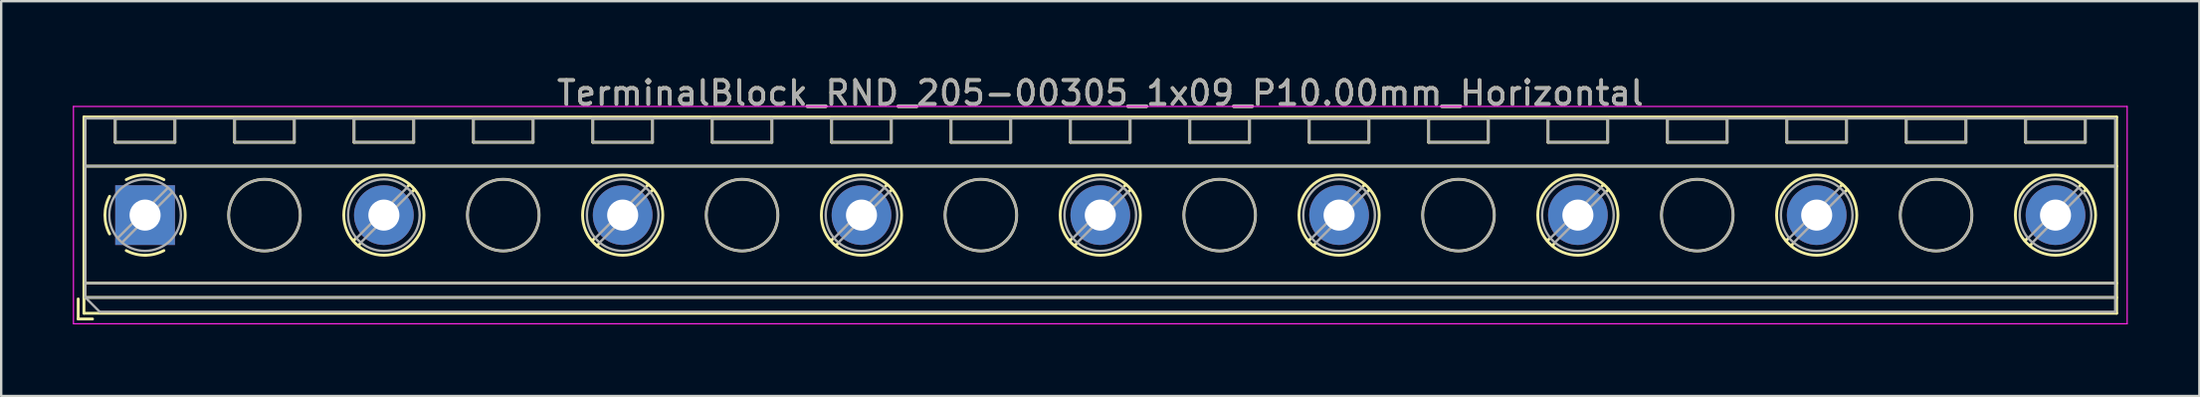
<source format=kicad_pcb>
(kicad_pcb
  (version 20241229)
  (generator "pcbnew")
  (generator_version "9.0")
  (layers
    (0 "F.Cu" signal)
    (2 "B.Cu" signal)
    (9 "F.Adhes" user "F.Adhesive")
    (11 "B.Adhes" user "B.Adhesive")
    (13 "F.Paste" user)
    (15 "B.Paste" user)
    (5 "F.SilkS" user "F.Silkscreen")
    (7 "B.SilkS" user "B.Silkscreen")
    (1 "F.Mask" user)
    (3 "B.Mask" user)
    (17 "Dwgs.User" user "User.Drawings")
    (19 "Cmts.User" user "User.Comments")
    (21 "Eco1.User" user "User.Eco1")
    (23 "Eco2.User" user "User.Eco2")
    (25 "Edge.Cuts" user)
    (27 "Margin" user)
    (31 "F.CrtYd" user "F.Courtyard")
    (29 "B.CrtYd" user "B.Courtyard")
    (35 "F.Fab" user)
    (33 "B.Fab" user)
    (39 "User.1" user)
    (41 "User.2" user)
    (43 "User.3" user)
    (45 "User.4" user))
  (footprint "TerminalBlock_RND_205-00305_1x09_P10.00mm_Horizontal"
    (layer "F.Cu")
    (at 3.025 5.958)
    (property "Reference" "TerminalBlock_RND_205-00305_1x09_P10.00mm_Horizontal" (at 40 -5.11 0) (layer "F.SilkS") (effects (font (size 1 1) (thickness 0.15))))
    (attr through_hole)
    (fp_line (start -2.8 3.51) (end -2.8 4.35) (stroke (width 0.12) (type solid)) (layer "F.SilkS"))
    (fp_line (start -2.8 4.35) (end -2.2 4.35) (stroke (width 0.12) (type solid)) (layer "F.SilkS"))
    (fp_line (start -2.56 -4.11) (end -2.56 4.11) (stroke (width 0.12) (type solid)) (layer "F.SilkS"))
    (fp_line (start -2.56 -4.11) (end 82.56 -4.11) (stroke (width 0.12) (type solid)) (layer "F.SilkS"))
    (fp_line (start -2.56 -2.05) (end 82.56 -2.05) (stroke (width 0.12) (type solid)) (layer "F.SilkS"))
    (fp_line (start -2.56 2.85) (end 82.56 2.85) (stroke (width 0.12) (type solid)) (layer "F.SilkS"))
    (fp_line (start -2.56 3.45) (end 82.56 3.45) (stroke (width 0.12) (type solid)) (layer "F.SilkS"))
    (fp_line (start -2.56 4.11) (end 82.56 4.11) (stroke (width 0.12) (type solid)) (layer "F.SilkS"))
    (fp_line (start -1.25 -4.05) (end -1.25 -3.05) (stroke (width 0.12) (type solid)) (layer "F.SilkS"))
    (fp_line (start -1.25 -4.05) (end 1.25 -4.05) (stroke (width 0.12) (type solid)) (layer "F.SilkS"))
    (fp_line (start -1.25 -3.05) (end 1.25 -3.05) (stroke (width 0.12) (type solid)) (layer "F.SilkS"))
    (fp_line (start 1.25 -4.05) (end 1.25 -3.05) (stroke (width 0.12) (type solid)) (layer "F.SilkS"))
    (fp_line (start 3.75 -4.05) (end 3.75 -3.05) (stroke (width 0.12) (type solid)) (layer "F.SilkS"))
    (fp_line (start 3.75 -4.05) (end 6.25 -4.05) (stroke (width 0.12) (type solid)) (layer "F.SilkS"))
    (fp_line (start 3.75 -3.05) (end 6.25 -3.05) (stroke (width 0.12) (type solid)) (layer "F.SilkS"))
    (fp_line (start 6.25 -4.05) (end 6.25 -3.05) (stroke (width 0.12) (type solid)) (layer "F.SilkS"))
    (fp_line (start 8.75 -4.05) (end 8.75 -3.05) (stroke (width 0.12) (type solid)) (layer "F.SilkS"))
    (fp_line (start 8.75 -4.05) (end 11.25 -4.05) (stroke (width 0.12) (type solid)) (layer "F.SilkS"))
    (fp_line (start 8.75 -3.05) (end 11.25 -3.05) (stroke (width 0.12) (type solid)) (layer "F.SilkS"))
    (fp_line (start 8.82 0.976) (end 8.726 1.069) (stroke (width 0.12) (type solid)) (layer "F.SilkS"))
    (fp_line (start 8.99 1.216) (end 8.931 1.274) (stroke (width 0.12) (type solid)) (layer "F.SilkS"))
    (fp_line (start 11.07 -1.275) (end 11.011 -1.216) (stroke (width 0.12) (type solid)) (layer "F.SilkS"))
    (fp_line (start 11.25 -4.05) (end 11.25 -3.05) (stroke (width 0.12) (type solid)) (layer "F.SilkS"))
    (fp_line (start 11.275 -1.069) (end 11.181 -0.976) (stroke (width 0.12) (type solid)) (layer "F.SilkS"))
    (fp_line (start 13.75 -4.05) (end 13.75 -3.05) (stroke (width 0.12) (type solid)) (layer "F.SilkS"))
    (fp_line (start 13.75 -4.05) (end 16.25 -4.05) (stroke (width 0.12) (type solid)) (layer "F.SilkS"))
    (fp_line (start 13.75 -3.05) (end 16.25 -3.05) (stroke (width 0.12) (type solid)) (layer "F.SilkS"))
    (fp_line (start 16.25 -4.05) (end 16.25 -3.05) (stroke (width 0.12) (type solid)) (layer "F.SilkS"))
    (fp_line (start 18.75 -4.05) (end 18.75 -3.05) (stroke (width 0.12) (type solid)) (layer "F.SilkS"))
    (fp_line (start 18.75 -4.05) (end 21.25 -4.05) (stroke (width 0.12) (type solid)) (layer "F.SilkS"))
    (fp_line (start 18.75 -3.05) (end 21.25 -3.05) (stroke (width 0.12) (type solid)) (layer "F.SilkS"))
    (fp_line (start 18.82 0.976) (end 18.726 1.069) (stroke (width 0.12) (type solid)) (layer "F.SilkS"))
    (fp_line (start 18.99 1.216) (end 18.931 1.274) (stroke (width 0.12) (type solid)) (layer "F.SilkS"))
    (fp_line (start 21.07 -1.275) (end 21.011 -1.216) (stroke (width 0.12) (type solid)) (layer "F.SilkS"))
    (fp_line (start 21.25 -4.05) (end 21.25 -3.05) (stroke (width 0.12) (type solid)) (layer "F.SilkS"))
    (fp_line (start 21.275 -1.069) (end 21.181 -0.976) (stroke (width 0.12) (type solid)) (layer "F.SilkS"))
    (fp_line (start 23.75 -4.05) (end 23.75 -3.05) (stroke (width 0.12) (type solid)) (layer "F.SilkS"))
    (fp_line (start 23.75 -4.05) (end 26.25 -4.05) (stroke (width 0.12) (type solid)) (layer "F.SilkS"))
    (fp_line (start 23.75 -3.05) (end 26.25 -3.05) (stroke (width 0.12) (type solid)) (layer "F.SilkS"))
    (fp_line (start 26.25 -4.05) (end 26.25 -3.05) (stroke (width 0.12) (type solid)) (layer "F.SilkS"))
    (fp_line (start 28.75 -4.05) (end 28.75 -3.05) (stroke (width 0.12) (type solid)) (layer "F.SilkS"))
    (fp_line (start 28.75 -4.05) (end 31.25 -4.05) (stroke (width 0.12) (type solid)) (layer "F.SilkS"))
    (fp_line (start 28.75 -3.05) (end 31.25 -3.05) (stroke (width 0.12) (type solid)) (layer "F.SilkS"))
    (fp_line (start 28.82 0.976) (end 28.726 1.069) (stroke (width 0.12) (type solid)) (layer "F.SilkS"))
    (fp_line (start 28.99 1.216) (end 28.931 1.274) (stroke (width 0.12) (type solid)) (layer "F.SilkS"))
    (fp_line (start 31.07 -1.275) (end 31.011 -1.216) (stroke (width 0.12) (type solid)) (layer "F.SilkS"))
    (fp_line (start 31.25 -4.05) (end 31.25 -3.05) (stroke (width 0.12) (type solid)) (layer "F.SilkS"))
    (fp_line (start 31.275 -1.069) (end 31.181 -0.976) (stroke (width 0.12) (type solid)) (layer "F.SilkS"))
    (fp_line (start 33.75 -4.05) (end 33.75 -3.05) (stroke (width 0.12) (type solid)) (layer "F.SilkS"))
    (fp_line (start 33.75 -4.05) (end 36.25 -4.05) (stroke (width 0.12) (type solid)) (layer "F.SilkS"))
    (fp_line (start 33.75 -3.05) (end 36.25 -3.05) (stroke (width 0.12) (type solid)) (layer "F.SilkS"))
    (fp_line (start 36.25 -4.05) (end 36.25 -3.05) (stroke (width 0.12) (type solid)) (layer "F.SilkS"))
    (fp_line (start 38.75 -4.05) (end 38.75 -3.05) (stroke (width 0.12) (type solid)) (layer "F.SilkS"))
    (fp_line (start 38.75 -4.05) (end 41.25 -4.05) (stroke (width 0.12) (type solid)) (layer "F.SilkS"))
    (fp_line (start 38.75 -3.05) (end 41.25 -3.05) (stroke (width 0.12) (type solid)) (layer "F.SilkS"))
    (fp_line (start 38.82 0.976) (end 38.726 1.069) (stroke (width 0.12) (type solid)) (layer "F.SilkS"))
    (fp_line (start 38.99 1.216) (end 38.931 1.274) (stroke (width 0.12) (type solid)) (layer "F.SilkS"))
    (fp_line (start 41.07 -1.275) (end 41.011 -1.216) (stroke (width 0.12) (type solid)) (layer "F.SilkS"))
    (fp_line (start 41.25 -4.05) (end 41.25 -3.05) (stroke (width 0.12) (type solid)) (layer "F.SilkS"))
    (fp_line (start 41.275 -1.069) (end 41.181 -0.976) (stroke (width 0.12) (type solid)) (layer "F.SilkS"))
    (fp_line (start 43.75 -4.05) (end 43.75 -3.05) (stroke (width 0.12) (type solid)) (layer "F.SilkS"))
    (fp_line (start 43.75 -4.05) (end 46.25 -4.05) (stroke (width 0.12) (type solid)) (layer "F.SilkS"))
    (fp_line (start 43.75 -3.05) (end 46.25 -3.05) (stroke (width 0.12) (type solid)) (layer "F.SilkS"))
    (fp_line (start 46.25 -4.05) (end 46.25 -3.05) (stroke (width 0.12) (type solid)) (layer "F.SilkS"))
    (fp_line (start 48.75 -4.05) (end 48.75 -3.05) (stroke (width 0.12) (type solid)) (layer "F.SilkS"))
    (fp_line (start 48.75 -4.05) (end 51.25 -4.05) (stroke (width 0.12) (type solid)) (layer "F.SilkS"))
    (fp_line (start 48.75 -3.05) (end 51.25 -3.05) (stroke (width 0.12) (type solid)) (layer "F.SilkS"))
    (fp_line (start 48.82 0.976) (end 48.726 1.069) (stroke (width 0.12) (type solid)) (layer "F.SilkS"))
    (fp_line (start 48.99 1.216) (end 48.931 1.274) (stroke (width 0.12) (type solid)) (layer "F.SilkS"))
    (fp_line (start 51.07 -1.275) (end 51.011 -1.216) (stroke (width 0.12) (type solid)) (layer "F.SilkS"))
    (fp_line (start 51.25 -4.05) (end 51.25 -3.05) (stroke (width 0.12) (type solid)) (layer "F.SilkS"))
    (fp_line (start 51.275 -1.069) (end 51.181 -0.976) (stroke (width 0.12) (type solid)) (layer "F.SilkS"))
    (fp_line (start 53.75 -4.05) (end 53.75 -3.05) (stroke (width 0.12) (type solid)) (layer "F.SilkS"))
    (fp_line (start 53.75 -4.05) (end 56.25 -4.05) (stroke (width 0.12) (type solid)) (layer "F.SilkS"))
    (fp_line (start 53.75 -3.05) (end 56.25 -3.05) (stroke (width 0.12) (type solid)) (layer "F.SilkS"))
    (fp_line (start 56.25 -4.05) (end 56.25 -3.05) (stroke (width 0.12) (type solid)) (layer "F.SilkS"))
    (fp_line (start 58.75 -4.05) (end 58.75 -3.05) (stroke (width 0.12) (type solid)) (layer "F.SilkS"))
    (fp_line (start 58.75 -4.05) (end 61.25 -4.05) (stroke (width 0.12) (type solid)) (layer "F.SilkS"))
    (fp_line (start 58.75 -3.05) (end 61.25 -3.05) (stroke (width 0.12) (type solid)) (layer "F.SilkS"))
    (fp_line (start 58.82 0.976) (end 58.726 1.069) (stroke (width 0.12) (type solid)) (layer "F.SilkS"))
    (fp_line (start 58.99 1.216) (end 58.931 1.274) (stroke (width 0.12) (type solid)) (layer "F.SilkS"))
    (fp_line (start 61.07 -1.275) (end 61.011 -1.216) (stroke (width 0.12) (type solid)) (layer "F.SilkS"))
    (fp_line (start 61.25 -4.05) (end 61.25 -3.05) (stroke (width 0.12) (type solid)) (layer "F.SilkS"))
    (fp_line (start 61.275 -1.069) (end 61.181 -0.976) (stroke (width 0.12) (type solid)) (layer "F.SilkS"))
    (fp_line (start 63.75 -4.05) (end 63.75 -3.05) (stroke (width 0.12) (type solid)) (layer "F.SilkS"))
    (fp_line (start 63.75 -4.05) (end 66.25 -4.05) (stroke (width 0.12) (type solid)) (layer "F.SilkS"))
    (fp_line (start 63.75 -3.05) (end 66.25 -3.05) (stroke (width 0.12) (type solid)) (layer "F.SilkS"))
    (fp_line (start 66.25 -4.05) (end 66.25 -3.05) (stroke (width 0.12) (type solid)) (layer "F.SilkS"))
    (fp_line (start 68.75 -4.05) (end 68.75 -3.05) (stroke (width 0.12) (type solid)) (layer "F.SilkS"))
    (fp_line (start 68.75 -4.05) (end 71.25 -4.05) (stroke (width 0.12) (type solid)) (layer "F.SilkS"))
    (fp_line (start 68.75 -3.05) (end 71.25 -3.05) (stroke (width 0.12) (type solid)) (layer "F.SilkS"))
    (fp_line (start 68.82 0.976) (end 68.726 1.069) (stroke (width 0.12) (type solid)) (layer "F.SilkS"))
    (fp_line (start 68.99 1.216) (end 68.931 1.274) (stroke (width 0.12) (type solid)) (layer "F.SilkS"))
    (fp_line (start 71.07 -1.275) (end 71.011 -1.216) (stroke (width 0.12) (type solid)) (layer "F.SilkS"))
    (fp_line (start 71.25 -4.05) (end 71.25 -3.05) (stroke (width 0.12) (type solid)) (layer "F.SilkS"))
    (fp_line (start 71.275 -1.069) (end 71.181 -0.976) (stroke (width 0.12) (type solid)) (layer "F.SilkS"))
    (fp_line (start 73.75 -4.05) (end 73.75 -3.05) (stroke (width 0.12) (type solid)) (layer "F.SilkS"))
    (fp_line (start 73.75 -4.05) (end 76.25 -4.05) (stroke (width 0.12) (type solid)) (layer "F.SilkS"))
    (fp_line (start 73.75 -3.05) (end 76.25 -3.05) (stroke (width 0.12) (type solid)) (layer "F.SilkS"))
    (fp_line (start 76.25 -4.05) (end 76.25 -3.05) (stroke (width 0.12) (type solid)) (layer "F.SilkS"))
    (fp_line (start 78.75 -4.05) (end 78.75 -3.05) (stroke (width 0.12) (type solid)) (layer "F.SilkS"))
    (fp_line (start 78.75 -4.05) (end 81.25 -4.05) (stroke (width 0.12) (type solid)) (layer "F.SilkS"))
    (fp_line (start 78.75 -3.05) (end 81.25 -3.05) (stroke (width 0.12) (type solid)) (layer "F.SilkS"))
    (fp_line (start 78.82 0.976) (end 78.726 1.069) (stroke (width 0.12) (type solid)) (layer "F.SilkS"))
    (fp_line (start 78.99 1.216) (end 78.931 1.274) (stroke (width 0.12) (type solid)) (layer "F.SilkS"))
    (fp_line (start 81.07 -1.275) (end 81.011 -1.216) (stroke (width 0.12) (type solid)) (layer "F.SilkS"))
    (fp_line (start 81.25 -4.05) (end 81.25 -3.05) (stroke (width 0.12) (type solid)) (layer "F.SilkS"))
    (fp_line (start 81.275 -1.069) (end 81.181 -0.976) (stroke (width 0.12) (type solid)) (layer "F.SilkS"))
    (fp_line (start 82.56 -4.11) (end 82.56 4.11) (stroke (width 0.12) (type solid)) (layer "F.SilkS"))
    (fp_arc (start -1.483953 0.789089) (mid -1.680708 0.00005) (end -1.484 -0.789) (stroke (width 0.12) (type solid)) (layer "F.SilkS"))
    (fp_arc (start -0.789089 -1.483953) (mid -0.00005 -1.680708) (end 0.789 -1.484) (stroke (width 0.12) (type solid)) (layer "F.SilkS"))
    (fp_arc (start 0.029383 1.68045) (mid -0.392304 1.634281) (end -0.789 1.484) (stroke (width 0.12) (type solid)) (layer "F.SilkS"))
    (fp_arc (start 0.788712 1.483352) (mid 0.406429 1.630097) (end 0 1.68) (stroke (width 0.12) (type solid)) (layer "F.SilkS"))
    (fp_arc (start 1.483953 -0.789089) (mid 1.680708 -0.00005) (end 1.484 0.789) (stroke (width 0.12) (type solid)) (layer "F.SilkS"))
    (fp_circle (center 5 0) (end 6.5 0) (stroke (width 0.12) (type solid)) (fill no) (layer "F.SilkS"))
    (fp_circle (center 10 0) (end 11.68 0) (stroke (width 0.12) (type solid)) (fill no) (layer "F.SilkS"))
    (fp_circle (center 15 0) (end 16.5 0) (stroke (width 0.12) (type solid)) (fill no) (layer "F.SilkS"))
    (fp_circle (center 20 0) (end 21.68 0) (stroke (width 0.12) (type solid)) (fill no) (layer "F.SilkS"))
    (fp_circle (center 25 0) (end 26.5 0) (stroke (width 0.12) (type solid)) (fill no) (layer "F.SilkS"))
    (fp_circle (center 30 0) (end 31.68 0) (stroke (width 0.12) (type solid)) (fill no) (layer "F.SilkS"))
    (fp_circle (center 35 0) (end 36.5 0) (stroke (width 0.12) (type solid)) (fill no) (layer "F.SilkS"))
    (fp_circle (center 40 0) (end 41.68 0) (stroke (width 0.12) (type solid)) (fill no) (layer "F.SilkS"))
    (fp_circle (center 45 0) (end 46.5 0) (stroke (width 0.12) (type solid)) (fill no) (layer "F.SilkS"))
    (fp_circle (center 50 0) (end 51.68 0) (stroke (width 0.12) (type solid)) (fill no) (layer "F.SilkS"))
    (fp_circle (center 55 0) (end 56.5 0) (stroke (width 0.12) (type solid)) (fill no) (layer "F.SilkS"))
    (fp_circle (center 60 0) (end 61.68 0) (stroke (width 0.12) (type solid)) (fill no) (layer "F.SilkS"))
    (fp_circle (center 65 0) (end 66.5 0) (stroke (width 0.12) (type solid)) (fill no) (layer "F.SilkS"))
    (fp_circle (center 70 0) (end 71.68 0) (stroke (width 0.12) (type solid)) (fill no) (layer "F.SilkS"))
    (fp_circle (center 75 0) (end 76.5 0) (stroke (width 0.12) (type solid)) (fill no) (layer "F.SilkS"))
    (fp_circle (center 80 0) (end 81.68 0) (stroke (width 0.12) (type solid)) (fill no) (layer "F.SilkS"))
    (fp_line (start -3 -4.55) (end -3 4.55) (stroke (width 0.05) (type solid)) (layer "F.CrtYd"))
    (fp_line (start -3 4.55) (end 83 4.55) (stroke (width 0.05) (type solid)) (layer "F.CrtYd"))
    (fp_line (start 83 -4.55) (end -3 -4.55) (stroke (width 0.05) (type solid)) (layer "F.CrtYd"))
    (fp_line (start 83 4.55) (end 83 -4.55) (stroke (width 0.05) (type solid)) (layer "F.CrtYd"))
    (fp_line (start -2.5 -4.05) (end 82.5 -4.05) (stroke (width 0.1) (type solid)) (layer "F.Fab"))
    (fp_line (start -2.5 -2.05) (end 82.5 -2.05) (stroke (width 0.1) (type solid)) (layer "F.Fab"))
    (fp_line (start -2.5 2.85) (end 82.5 2.85) (stroke (width 0.1) (type solid)) (layer "F.Fab"))
    (fp_line (start -2.5 3.45) (end -2.5 -4.05) (stroke (width 0.1) (type solid)) (layer "F.Fab"))
    (fp_line (start -2.5 3.45) (end 82.5 3.45) (stroke (width 0.1) (type solid)) (layer "F.Fab"))
    (fp_line (start -1.9 4.05) (end -2.5 3.45) (stroke (width 0.1) (type solid)) (layer "F.Fab"))
    (fp_line (start -1.25 -4.05) (end -1.25 -3.05) (stroke (width 0.1) (type solid)) (layer "F.Fab"))
    (fp_line (start -1.25 -3.05) (end 1.25 -3.05) (stroke (width 0.1) (type solid)) (layer "F.Fab"))
    (fp_line (start 0.955 -1.138) (end -1.138 0.955) (stroke (width 0.1) (type solid)) (layer "F.Fab"))
    (fp_line (start 1.138 -0.955) (end -0.955 1.138) (stroke (width 0.1) (type solid)) (layer "F.Fab"))
    (fp_line (start 1.25 -4.05) (end -1.25 -4.05) (stroke (width 0.1) (type solid)) (layer "F.Fab"))
    (fp_line (start 1.25 -3.05) (end 1.25 -4.05) (stroke (width 0.1) (type solid)) (layer "F.Fab"))
    (fp_line (start 3.75 -4.05) (end 3.75 -3.05) (stroke (width 0.1) (type solid)) (layer "F.Fab"))
    (fp_line (start 3.75 -3.05) (end 6.25 -3.05) (stroke (width 0.1) (type solid)) (layer "F.Fab"))
    (fp_line (start 6.25 -4.05) (end 3.75 -4.05) (stroke (width 0.1) (type solid)) (layer "F.Fab"))
    (fp_line (start 6.25 -3.05) (end 6.25 -4.05) (stroke (width 0.1) (type solid)) (layer "F.Fab"))
    (fp_line (start 8.75 -4.05) (end 8.75 -3.05) (stroke (width 0.1) (type solid)) (layer "F.Fab"))
    (fp_line (start 8.75 -3.05) (end 11.25 -3.05) (stroke (width 0.1) (type solid)) (layer "F.Fab"))
    (fp_line (start 10.955 -1.138) (end 8.863 0.955) (stroke (width 0.1) (type solid)) (layer "F.Fab"))
    (fp_line (start 11.138 -0.955) (end 9.046 1.138) (stroke (width 0.1) (type solid)) (layer "F.Fab"))
    (fp_line (start 11.25 -4.05) (end 8.75 -4.05) (stroke (width 0.1) (type solid)) (layer "F.Fab"))
    (fp_line (start 11.25 -3.05) (end 11.25 -4.05) (stroke (width 0.1) (type solid)) (layer "F.Fab"))
    (fp_line (start 13.75 -4.05) (end 13.75 -3.05) (stroke (width 0.1) (type solid)) (layer "F.Fab"))
    (fp_line (start 13.75 -3.05) (end 16.25 -3.05) (stroke (width 0.1) (type solid)) (layer "F.Fab"))
    (fp_line (start 16.25 -4.05) (end 13.75 -4.05) (stroke (width 0.1) (type solid)) (layer "F.Fab"))
    (fp_line (start 16.25 -3.05) (end 16.25 -4.05) (stroke (width 0.1) (type solid)) (layer "F.Fab"))
    (fp_line (start 18.75 -4.05) (end 18.75 -3.05) (stroke (width 0.1) (type solid)) (layer "F.Fab"))
    (fp_line (start 18.75 -3.05) (end 21.25 -3.05) (stroke (width 0.1) (type solid)) (layer "F.Fab"))
    (fp_line (start 20.955 -1.138) (end 18.863 0.955) (stroke (width 0.1) (type solid)) (layer "F.Fab"))
    (fp_line (start 21.138 -0.955) (end 19.046 1.138) (stroke (width 0.1) (type solid)) (layer "F.Fab"))
    (fp_line (start 21.25 -4.05) (end 18.75 -4.05) (stroke (width 0.1) (type solid)) (layer "F.Fab"))
    (fp_line (start 21.25 -3.05) (end 21.25 -4.05) (stroke (width 0.1) (type solid)) (layer "F.Fab"))
    (fp_line (start 23.75 -4.05) (end 23.75 -3.05) (stroke (width 0.1) (type solid)) (layer "F.Fab"))
    (fp_line (start 23.75 -3.05) (end 26.25 -3.05) (stroke (width 0.1) (type solid)) (layer "F.Fab"))
    (fp_line (start 26.25 -4.05) (end 23.75 -4.05) (stroke (width 0.1) (type solid)) (layer "F.Fab"))
    (fp_line (start 26.25 -3.05) (end 26.25 -4.05) (stroke (width 0.1) (type solid)) (layer "F.Fab"))
    (fp_line (start 28.75 -4.05) (end 28.75 -3.05) (stroke (width 0.1) (type solid)) (layer "F.Fab"))
    (fp_line (start 28.75 -3.05) (end 31.25 -3.05) (stroke (width 0.1) (type solid)) (layer "F.Fab"))
    (fp_line (start 30.955 -1.138) (end 28.863 0.955) (stroke (width 0.1) (type solid)) (layer "F.Fab"))
    (fp_line (start 31.138 -0.955) (end 29.046 1.138) (stroke (width 0.1) (type solid)) (layer "F.Fab"))
    (fp_line (start 31.25 -4.05) (end 28.75 -4.05) (stroke (width 0.1) (type solid)) (layer "F.Fab"))
    (fp_line (start 31.25 -3.05) (end 31.25 -4.05) (stroke (width 0.1) (type solid)) (layer "F.Fab"))
    (fp_line (start 33.75 -4.05) (end 33.75 -3.05) (stroke (width 0.1) (type solid)) (layer "F.Fab"))
    (fp_line (start 33.75 -3.05) (end 36.25 -3.05) (stroke (width 0.1) (type solid)) (layer "F.Fab"))
    (fp_line (start 36.25 -4.05) (end 33.75 -4.05) (stroke (width 0.1) (type solid)) (layer "F.Fab"))
    (fp_line (start 36.25 -3.05) (end 36.25 -4.05) (stroke (width 0.1) (type solid)) (layer "F.Fab"))
    (fp_line (start 38.75 -4.05) (end 38.75 -3.05) (stroke (width 0.1) (type solid)) (layer "F.Fab"))
    (fp_line (start 38.75 -3.05) (end 41.25 -3.05) (stroke (width 0.1) (type solid)) (layer "F.Fab"))
    (fp_line (start 40.955 -1.138) (end 38.863 0.955) (stroke (width 0.1) (type solid)) (layer "F.Fab"))
    (fp_line (start 41.138 -0.955) (end 39.046 1.138) (stroke (width 0.1) (type solid)) (layer "F.Fab"))
    (fp_line (start 41.25 -4.05) (end 38.75 -4.05) (stroke (width 0.1) (type solid)) (layer "F.Fab"))
    (fp_line (start 41.25 -3.05) (end 41.25 -4.05) (stroke (width 0.1) (type solid)) (layer "F.Fab"))
    (fp_line (start 43.75 -4.05) (end 43.75 -3.05) (stroke (width 0.1) (type solid)) (layer "F.Fab"))
    (fp_line (start 43.75 -3.05) (end 46.25 -3.05) (stroke (width 0.1) (type solid)) (layer "F.Fab"))
    (fp_line (start 46.25 -4.05) (end 43.75 -4.05) (stroke (width 0.1) (type solid)) (layer "F.Fab"))
    (fp_line (start 46.25 -3.05) (end 46.25 -4.05) (stroke (width 0.1) (type solid)) (layer "F.Fab"))
    (fp_line (start 48.75 -4.05) (end 48.75 -3.05) (stroke (width 0.1) (type solid)) (layer "F.Fab"))
    (fp_line (start 48.75 -3.05) (end 51.25 -3.05) (stroke (width 0.1) (type solid)) (layer "F.Fab"))
    (fp_line (start 50.955 -1.138) (end 48.863 0.955) (stroke (width 0.1) (type solid)) (layer "F.Fab"))
    (fp_line (start 51.138 -0.955) (end 49.046 1.138) (stroke (width 0.1) (type solid)) (layer "F.Fab"))
    (fp_line (start 51.25 -4.05) (end 48.75 -4.05) (stroke (width 0.1) (type solid)) (layer "F.Fab"))
    (fp_line (start 51.25 -3.05) (end 51.25 -4.05) (stroke (width 0.1) (type solid)) (layer "F.Fab"))
    (fp_line (start 53.75 -4.05) (end 53.75 -3.05) (stroke (width 0.1) (type solid)) (layer "F.Fab"))
    (fp_line (start 53.75 -3.05) (end 56.25 -3.05) (stroke (width 0.1) (type solid)) (layer "F.Fab"))
    (fp_line (start 56.25 -4.05) (end 53.75 -4.05) (stroke (width 0.1) (type solid)) (layer "F.Fab"))
    (fp_line (start 56.25 -3.05) (end 56.25 -4.05) (stroke (width 0.1) (type solid)) (layer "F.Fab"))
    (fp_line (start 58.75 -4.05) (end 58.75 -3.05) (stroke (width 0.1) (type solid)) (layer "F.Fab"))
    (fp_line (start 58.75 -3.05) (end 61.25 -3.05) (stroke (width 0.1) (type solid)) (layer "F.Fab"))
    (fp_line (start 60.955 -1.138) (end 58.863 0.955) (stroke (width 0.1) (type solid)) (layer "F.Fab"))
    (fp_line (start 61.138 -0.955) (end 59.046 1.138) (stroke (width 0.1) (type solid)) (layer "F.Fab"))
    (fp_line (start 61.25 -4.05) (end 58.75 -4.05) (stroke (width 0.1) (type solid)) (layer "F.Fab"))
    (fp_line (start 61.25 -3.05) (end 61.25 -4.05) (stroke (width 0.1) (type solid)) (layer "F.Fab"))
    (fp_line (start 63.75 -4.05) (end 63.75 -3.05) (stroke (width 0.1) (type solid)) (layer "F.Fab"))
    (fp_line (start 63.75 -3.05) (end 66.25 -3.05) (stroke (width 0.1) (type solid)) (layer "F.Fab"))
    (fp_line (start 66.25 -4.05) (end 63.75 -4.05) (stroke (width 0.1) (type solid)) (layer "F.Fab"))
    (fp_line (start 66.25 -3.05) (end 66.25 -4.05) (stroke (width 0.1) (type solid)) (layer "F.Fab"))
    (fp_line (start 68.75 -4.05) (end 68.75 -3.05) (stroke (width 0.1) (type solid)) (layer "F.Fab"))
    (fp_line (start 68.75 -3.05) (end 71.25 -3.05) (stroke (width 0.1) (type solid)) (layer "F.Fab"))
    (fp_line (start 70.955 -1.138) (end 68.863 0.955) (stroke (width 0.1) (type solid)) (layer "F.Fab"))
    (fp_line (start 71.138 -0.955) (end 69.046 1.138) (stroke (width 0.1) (type solid)) (layer "F.Fab"))
    (fp_line (start 71.25 -4.05) (end 68.75 -4.05) (stroke (width 0.1) (type solid)) (layer "F.Fab"))
    (fp_line (start 71.25 -3.05) (end 71.25 -4.05) (stroke (width 0.1) (type solid)) (layer "F.Fab"))
    (fp_line (start 73.75 -4.05) (end 73.75 -3.05) (stroke (width 0.1) (type solid)) (layer "F.Fab"))
    (fp_line (start 73.75 -3.05) (end 76.25 -3.05) (stroke (width 0.1) (type solid)) (layer "F.Fab"))
    (fp_line (start 76.25 -4.05) (end 73.75 -4.05) (stroke (width 0.1) (type solid)) (layer "F.Fab"))
    (fp_line (start 76.25 -3.05) (end 76.25 -4.05) (stroke (width 0.1) (type solid)) (layer "F.Fab"))
    (fp_line (start 78.75 -4.05) (end 78.75 -3.05) (stroke (width 0.1) (type solid)) (layer "F.Fab"))
    (fp_line (start 78.75 -3.05) (end 81.25 -3.05) (stroke (width 0.1) (type solid)) (layer "F.Fab"))
    (fp_line (start 80.955 -1.138) (end 78.863 0.955) (stroke (width 0.1) (type solid)) (layer "F.Fab"))
    (fp_line (start 81.138 -0.955) (end 79.046 1.138) (stroke (width 0.1) (type solid)) (layer "F.Fab"))
    (fp_line (start 81.25 -4.05) (end 78.75 -4.05) (stroke (width 0.1) (type solid)) (layer "F.Fab"))
    (fp_line (start 81.25 -3.05) (end 81.25 -4.05) (stroke (width 0.1) (type solid)) (layer "F.Fab"))
    (fp_line (start 82.5 -4.05) (end 82.5 4.05) (stroke (width 0.1) (type solid)) (layer "F.Fab"))
    (fp_line (start 82.5 4.05) (end -1.9 4.05) (stroke (width 0.1) (type solid)) (layer "F.Fab"))
    (fp_circle (center 0 0) (end 1.5 0) (stroke (width 0.1) (type solid)) (fill no) (layer "F.Fab"))
    (fp_circle (center 5 0) (end 6.5 0) (stroke (width 0.1) (type solid)) (fill no) (layer "F.Fab"))
    (fp_circle (center 10 0) (end 11.5 0) (stroke (width 0.1) (type solid)) (fill no) (layer "F.Fab"))
    (fp_circle (center 15 0) (end 16.5 0) (stroke (width 0.1) (type solid)) (fill no) (layer "F.Fab"))
    (fp_circle (center 20 0) (end 21.5 0) (stroke (width 0.1) (type solid)) (fill no) (layer "F.Fab"))
    (fp_circle (center 25 0) (end 26.5 0) (stroke (width 0.1) (type solid)) (fill no) (layer "F.Fab"))
    (fp_circle (center 30 0) (end 31.5 0) (stroke (width 0.1) (type solid)) (fill no) (layer "F.Fab"))
    (fp_circle (center 35 0) (end 36.5 0) (stroke (width 0.1) (type solid)) (fill no) (layer "F.Fab"))
    (fp_circle (center 40 0) (end 41.5 0) (stroke (width 0.1) (type solid)) (fill no) (layer "F.Fab"))
    (fp_circle (center 45 0) (end 46.5 0) (stroke (width 0.1) (type solid)) (fill no) (layer "F.Fab"))
    (fp_circle (center 50 0) (end 51.5 0) (stroke (width 0.1) (type solid)) (fill no) (layer "F.Fab"))
    (fp_circle (center 55 0) (end 56.5 0) (stroke (width 0.1) (type solid)) (fill no) (layer "F.Fab"))
    (fp_circle (center 60 0) (end 61.5 0) (stroke (width 0.1) (type solid)) (fill no) (layer "F.Fab"))
    (fp_circle (center 65 0) (end 66.5 0) (stroke (width 0.1) (type solid)) (fill no) (layer "F.Fab"))
    (fp_circle (center 70 0) (end 71.5 0) (stroke (width 0.1) (type solid)) (fill no) (layer "F.Fab"))
    (fp_circle (center 75 0) (end 76.5 0) (stroke (width 0.1) (type solid)) (fill no) (layer "F.Fab"))
    (fp_circle (center 80 0) (end 81.5 0) (stroke (width 0.1) (type solid)) (fill no) (layer "F.Fab"))
    (fp_text user "${REFERENCE}" (at 40 -5.11 0) (layer "F.Fab") (effects (font (size 1 1) (thickness 0.15))))
    (pad "1" thru_hole rect (at 0 0) (size 2.5 2.5) (drill 1.3) (layers "*.Cu" "*.Mask"))
    (pad "2" thru_hole circle (at 10 0) (size 2.5 2.5) (drill 1.3) (layers "*.Cu" "*.Mask"))
    (pad "3" thru_hole circle (at 20 0) (size 2.5 2.5) (drill 1.3) (layers "*.Cu" "*.Mask"))
    (pad "4" thru_hole circle (at 30 0) (size 2.5 2.5) (drill 1.3) (layers "*.Cu" "*.Mask"))
    (pad "5" thru_hole circle (at 40 0) (size 2.5 2.5) (drill 1.3) (layers "*.Cu" "*.Mask"))
    (pad "6" thru_hole circle (at 50 0) (size 2.5 2.5) (drill 1.3) (layers "*.Cu" "*.Mask"))
    (pad "7" thru_hole circle (at 60 0) (size 2.5 2.5) (drill 1.3) (layers "*.Cu" "*.Mask"))
    (pad "8" thru_hole circle (at 70 0) (size 2.5 2.5) (drill 1.3) (layers "*.Cu" "*.Mask"))
    (pad "9" thru_hole circle (at 80 0) (size 2.5 2.5) (drill 1.3) (layers "*.Cu" "*.Mask")))
  (gr_rect
    (start -3 -3)
    (end 89.05 13.533)
    (stroke (width 0.1) (type default))
    (fill no)
    (layer "Edge.Cuts")))
</source>
